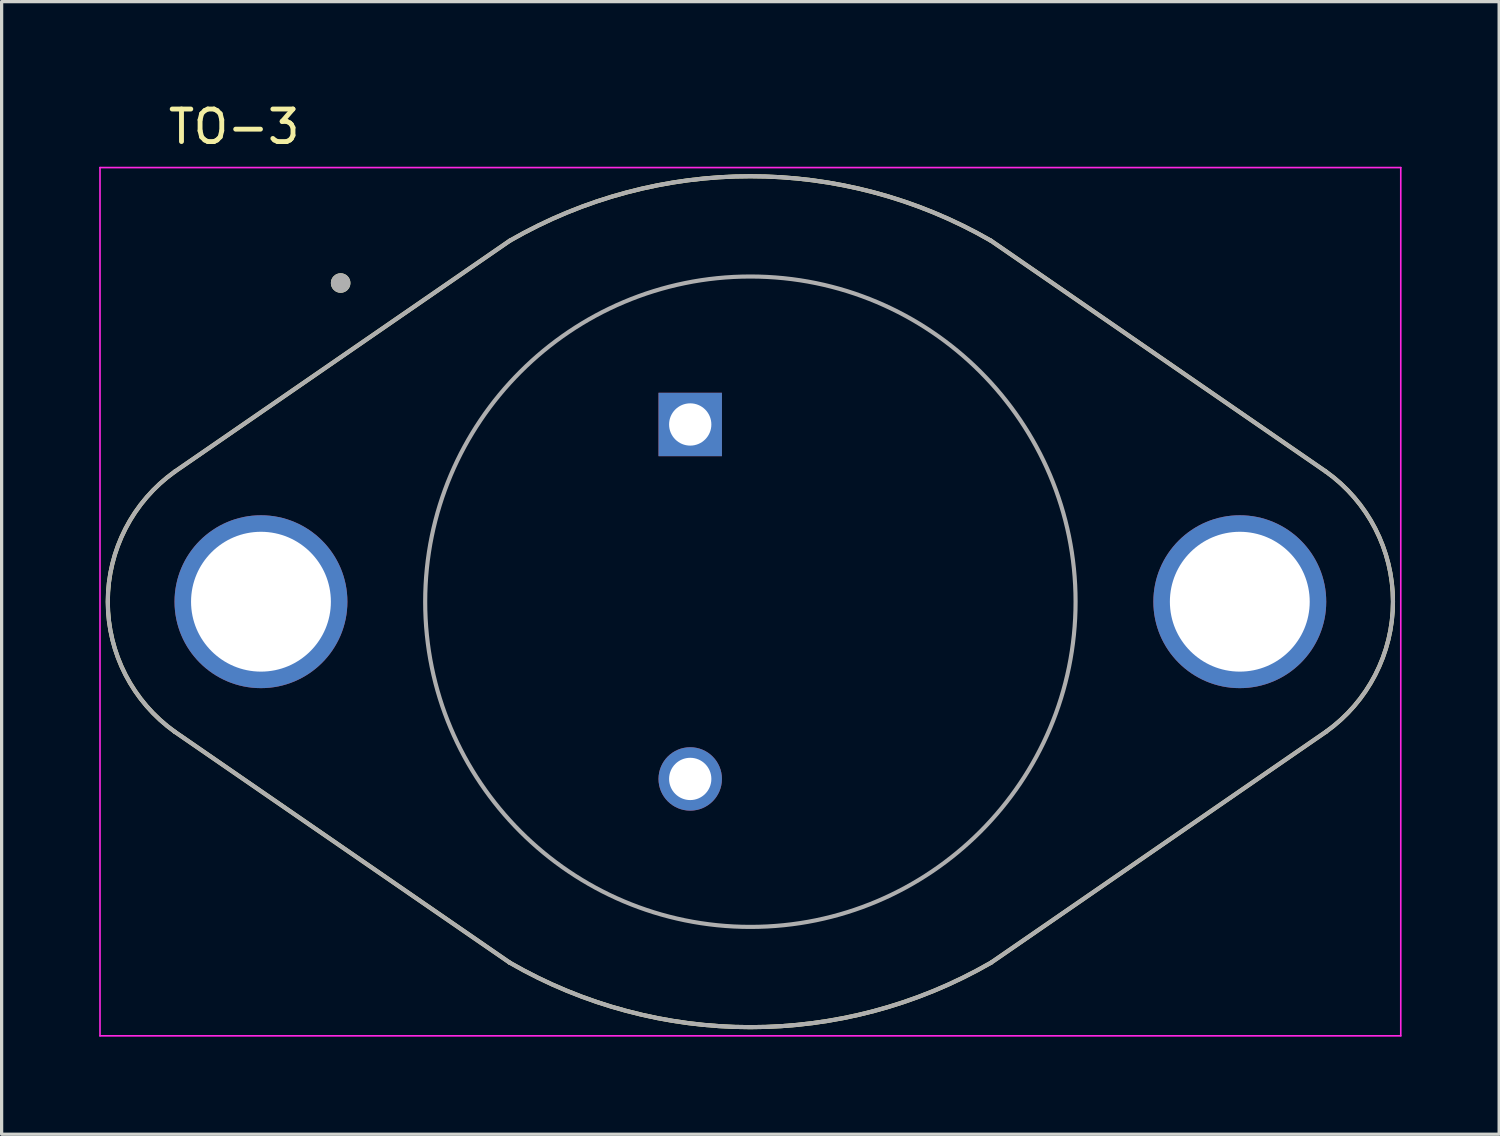
<source format=kicad_pcb>
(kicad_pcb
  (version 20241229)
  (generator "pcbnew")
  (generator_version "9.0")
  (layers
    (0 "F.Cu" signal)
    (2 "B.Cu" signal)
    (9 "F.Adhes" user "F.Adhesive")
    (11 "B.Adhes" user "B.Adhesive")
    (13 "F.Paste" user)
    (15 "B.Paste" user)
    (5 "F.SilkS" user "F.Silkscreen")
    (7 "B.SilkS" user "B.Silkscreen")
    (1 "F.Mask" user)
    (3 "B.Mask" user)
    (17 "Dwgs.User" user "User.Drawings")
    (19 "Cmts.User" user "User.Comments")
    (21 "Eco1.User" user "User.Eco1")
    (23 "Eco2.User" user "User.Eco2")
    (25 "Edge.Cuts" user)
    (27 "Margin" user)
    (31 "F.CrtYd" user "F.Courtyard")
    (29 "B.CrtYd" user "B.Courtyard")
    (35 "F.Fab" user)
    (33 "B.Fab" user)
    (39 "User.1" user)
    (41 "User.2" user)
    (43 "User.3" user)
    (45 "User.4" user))
  (footprint "TO-3"
    (layer "F.Cu")
    (at 20.025 15.453)
    (property "Reference" "TO-3" (at -15.875 -14.605 0) (layer "F.SilkS") (effects (font (size 1 1) (thickness 0.15))))
    (attr through_hole)
    (fp_line (start -17.7 -4) (end -7.4 -11.1) (stroke (width 0.127) (type solid)) (layer "F.SilkS"))
    (fp_line (start -7.4 11.1) (end -17.7 4) (stroke (width 0.127) (type solid)) (layer "F.SilkS"))
    (fp_line (start 7.4 -11.1) (end 17.7 -4) (stroke (width 0.127) (type solid)) (layer "F.SilkS"))
    (fp_line (start 17.7 4) (end 7.4 11.1) (stroke (width 0.127) (type solid)) (layer "F.SilkS"))
    (fp_arc (start -17.7 4) (mid -19.760135 0) (end -17.7 -4) (stroke (width 0.127) (type solid)) (layer "F.SilkS"))
    (fp_arc (start -7.4 -11.1) (mid 0 -13.082824) (end 7.4 -11.1) (stroke (width 0.127) (type solid)) (layer "F.SilkS"))
    (fp_arc (start 7.4 11.1) (mid 0 13.082824) (end -7.4 11.1) (stroke (width 0.127) (type solid)) (layer "F.SilkS"))
    (fp_arc (start 17.7 -4) (mid 19.760135 0) (end 17.7 4) (stroke (width 0.127) (type solid)) (layer "F.SilkS"))
    (fp_circle (center -12.6 -9.8) (end -12.45 -9.8) (stroke (width 0.3) (type solid)) (fill no) (layer "F.SilkS"))
    (fp_line (start -20 -13.35) (end 20 -13.35) (stroke (width 0.05) (type solid)) (layer "F.CrtYd"))
    (fp_line (start -20 13.35) (end -20 -13.35) (stroke (width 0.05) (type solid)) (layer "F.CrtYd"))
    (fp_line (start 20 -13.35) (end 20 13.35) (stroke (width 0.05) (type solid)) (layer "F.CrtYd"))
    (fp_line (start 20 13.35) (end -20 13.35) (stroke (width 0.05) (type solid)) (layer "F.CrtYd"))
    (fp_line (start -17.7 -4) (end -7.4 -11.1) (stroke (width 0.127) (type solid)) (layer "F.Fab"))
    (fp_line (start -7.4 11.1) (end -17.7 4) (stroke (width 0.127) (type solid)) (layer "F.Fab"))
    (fp_line (start 7.4 -11.1) (end 17.7 -4) (stroke (width 0.127) (type solid)) (layer "F.Fab"))
    (fp_line (start 17.7 4) (end 7.4 11.1) (stroke (width 0.127) (type solid)) (layer "F.Fab"))
    (fp_arc (start -17.7 4) (mid -19.760135 0) (end -17.7 -4) (stroke (width 0.127) (type solid)) (layer "F.Fab"))
    (fp_arc (start -7.4 -11.1) (mid 0 -13.082824) (end 7.4 -11.1) (stroke (width 0.127) (type solid)) (layer "F.Fab"))
    (fp_arc (start 7.4 11.1) (mid 0 13.082824) (end -7.4 11.1) (stroke (width 0.127) (type solid)) (layer "F.Fab"))
    (fp_arc (start 17.7 -4) (mid 19.760135 0) (end 17.7 4) (stroke (width 0.127) (type solid)) (layer "F.Fab"))
    (fp_circle (center -12.6 -9.8) (end -12.45 -9.8) (stroke (width 0.3) (type solid)) (fill no) (layer "F.Fab"))
    (fp_circle (center 0 0) (end 10 0) (stroke (width 0.127) (type solid)) (fill no) (layer "F.Fab"))
    (pad "1" thru_hole rect (at -1.85 -5.45) (size 1.95 1.95) (drill 1.3) (layers "*.Cu" "*.Mask"))
    (pad "2" thru_hole circle (at -1.85 5.45) (size 1.95 1.95) (drill 1.3) (layers "*.Cu" "*.Mask"))
    (pad "3" thru_hole circle (at -15.05 0) (size 5.316 5.316) (drill 4.3) (layers "*.Cu" "*.Mask"))
    (pad "3" thru_hole circle (at 15.05 0) (size 5.316 5.316) (drill 4.3) (layers "*.Cu" "*.Mask")))
  (gr_rect
    (start -3 -3)
    (end 43.05 31.828)
    (stroke (width 0.1) (type default))
    (fill no)
    (layer "Edge.Cuts")))
</source>
